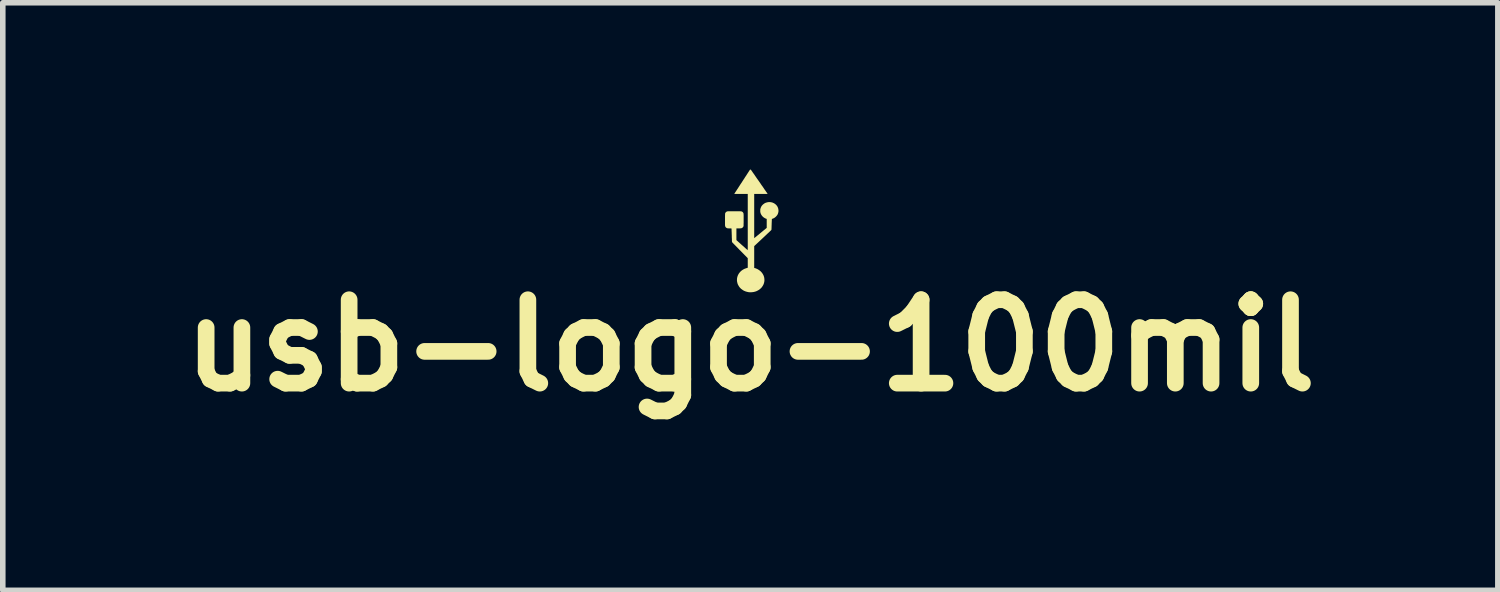
<source format=kicad_pcb>
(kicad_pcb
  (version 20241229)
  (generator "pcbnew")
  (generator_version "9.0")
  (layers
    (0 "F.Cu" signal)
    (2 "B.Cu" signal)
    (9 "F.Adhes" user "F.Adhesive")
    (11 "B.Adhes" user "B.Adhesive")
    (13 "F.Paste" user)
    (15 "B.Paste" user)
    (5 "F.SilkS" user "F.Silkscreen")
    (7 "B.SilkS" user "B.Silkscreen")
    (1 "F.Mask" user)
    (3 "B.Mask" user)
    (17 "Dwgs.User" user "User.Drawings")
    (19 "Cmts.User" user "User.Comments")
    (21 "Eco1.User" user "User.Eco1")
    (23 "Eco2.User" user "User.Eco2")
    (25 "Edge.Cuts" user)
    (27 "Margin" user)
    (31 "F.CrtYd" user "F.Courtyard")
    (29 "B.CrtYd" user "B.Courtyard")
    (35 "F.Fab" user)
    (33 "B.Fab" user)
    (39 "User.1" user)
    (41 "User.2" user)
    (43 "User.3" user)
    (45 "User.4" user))
  (footprint "usb-logo-100mil"
    (layer "F.Cu")
    (at 10.503 1.112)
    (property "Reference" "usb-logo-100mil" (at -0.06 2.05 0) (layer "F.SilkS") (effects (font (size 1.5 1.5) (thickness 0.3))))
    (attr board_only exclude_from_pos_files exclude_from_bom)
    (fp_poly (pts (xy -0.058 -1.112) (xy -0.054 -1.111) (xy -0.051 -1.11) (xy -0.05 -1.11) (xy -0.049 -1.109) (xy -0.047 -1.106) (xy -0.044 -1.101) (xy -0.039 -1.095) (xy -0.034 -1.087) (xy -0.027 -1.078) (xy -0.02 -1.067) (xy -0.012 -1.055) (xy -0.003 -1.043) (xy 0.007 -1.029) (xy 0.017 -1.015) (xy 0.027 -0.999) (xy 0.038 -0.984) (xy 0.05 -0.966) (xy 0.063 -0.947) (xy 0.077 -0.928) (xy 0.091 -0.908) (xy 0.105 -0.888) (xy 0.119 -0.868) (xy 0.132 -0.848) (xy 0.145 -0.829) (xy 0.158 -0.812) (xy 0.169 -0.795) (xy 0.18 -0.78) (xy 0.188 -0.767) (xy 0.197 -0.754) (xy 0.206 -0.741) (xy 0.215 -0.729) (xy 0.222 -0.718) (xy 0.229 -0.708) (xy 0.236 -0.699) (xy 0.241 -0.691) (xy 0.245 -0.685) (xy 0.249 -0.68) (xy 0.251 -0.677) (xy 0.252 -0.676) (xy 0.252 -0.676) (xy 0.25 -0.676) (xy 0.247 -0.676) (xy 0.241 -0.675) (xy 0.234 -0.675) (xy 0.225 -0.675) (xy 0.214 -0.675) (xy 0.201 -0.675) (xy 0.188 -0.675) (xy 0.173 -0.675) (xy 0.157 -0.675) (xy 0.141 -0.675) (xy 0.131 -0.675) (xy 0.114 -0.675) (xy 0.098 -0.675) (xy 0.083 -0.675) (xy 0.069 -0.675) (xy 0.055 -0.675) (xy 0.044 -0.675) (xy 0.033 -0.675) (xy 0.025 -0.675) (xy 0.018 -0.675) (xy 0.013 -0.675) (xy 0.011 -0.674) (xy 0.01 -0.674) (xy 0.01 -0.673) (xy 0.01 -0.67) (xy 0.01 -0.664) (xy 0.01 -0.656) (xy 0.01 -0.646) (xy 0.01 -0.634) (xy 0.01 -0.62) (xy 0.01 -0.604) (xy 0.01 -0.586) (xy 0.01 -0.567) (xy 0.01 -0.547) (xy 0.01 -0.525) (xy 0.01 -0.501) (xy 0.01 -0.477) (xy 0.01 -0.451) (xy 0.01 -0.424) (xy 0.01 -0.396) (xy 0.01 -0.367) (xy 0.01 -0.338) (xy 0.01 -0.307) (xy 0.01 -0.276) (xy 0.01 -0.276) (xy 0.01 0.121) (xy 0.052 0.087) (xy 0.063 0.078) (xy 0.075 0.068) (xy 0.088 0.058) (xy 0.101 0.047) (xy 0.114 0.036) (xy 0.126 0.026) (xy 0.134 0.019) (xy 0.144 0.011) (xy 0.155 0.002) (xy 0.166 -0.007) (xy 0.177 -0.016) (xy 0.187 -0.025) (xy 0.197 -0.032) (xy 0.205 -0.039) (xy 0.205 -0.039) (xy 0.235 -0.064) (xy 0.235 -0.145) (xy 0.235 -0.226) (xy 0.226 -0.228) (xy 0.211 -0.234) (xy 0.196 -0.242) (xy 0.181 -0.252) (xy 0.167 -0.263) (xy 0.156 -0.275) (xy 0.15 -0.281) (xy 0.141 -0.295) (xy 0.133 -0.308) (xy 0.127 -0.322) (xy 0.122 -0.337) (xy 0.122 -0.339) (xy 0.121 -0.344) (xy 0.12 -0.348) (xy 0.119 -0.352) (xy 0.119 -0.357) (xy 0.119 -0.363) (xy 0.119 -0.37) (xy 0.119 -0.374) (xy 0.119 -0.383) (xy 0.119 -0.389) (xy 0.119 -0.394) (xy 0.12 -0.399) (xy 0.12 -0.403) (xy 0.121 -0.407) (xy 0.122 -0.408) (xy 0.128 -0.427) (xy 0.136 -0.445) (xy 0.146 -0.461) (xy 0.158 -0.475) (xy 0.172 -0.488) (xy 0.188 -0.5) (xy 0.189 -0.501) (xy 0.206 -0.511) (xy 0.224 -0.518) (xy 0.242 -0.523) (xy 0.262 -0.527) (xy 0.281 -0.528) (xy 0.301 -0.527) (xy 0.32 -0.524) (xy 0.339 -0.519) (xy 0.357 -0.511) (xy 0.36 -0.51) (xy 0.377 -0.5) (xy 0.393 -0.488) (xy 0.407 -0.475) (xy 0.419 -0.46) (xy 0.427 -0.448) (xy 0.434 -0.433) (xy 0.44 -0.417) (xy 0.444 -0.4) (xy 0.446 -0.383) (xy 0.447 -0.366) (xy 0.446 -0.36) (xy 0.443 -0.341) (xy 0.438 -0.324) (xy 0.432 -0.308) (xy 0.423 -0.293) (xy 0.412 -0.279) (xy 0.403 -0.269) (xy 0.39 -0.257) (xy 0.377 -0.247) (xy 0.363 -0.239) (xy 0.349 -0.232) (xy 0.339 -0.229) (xy 0.334 -0.227) (xy 0.331 -0.226) (xy 0.329 -0.224) (xy 0.328 -0.223) (xy 0.328 -0.221) (xy 0.328 -0.22) (xy 0.328 -0.219) (xy 0.327 -0.214) (xy 0.327 -0.208) (xy 0.327 -0.2) (xy 0.326 -0.19) (xy 0.326 -0.179) (xy 0.325 -0.167) (xy 0.325 -0.154) (xy 0.324 -0.14) (xy 0.324 -0.125) (xy 0.323 -0.11) (xy 0.323 -0.096) (xy 0.322 -0.083) (xy 0.322 -0.071) (xy 0.322 -0.06) (xy 0.321 -0.05) (xy 0.321 -0.042) (xy 0.32 -0.036) (xy 0.32 -0.032) (xy 0.32 -0.03) (xy 0.32 -0.03) (xy 0.319 -0.029) (xy 0.319 -0.028) (xy 0.318 -0.026) (xy 0.316 -0.024) (xy 0.314 -0.022) (xy 0.311 -0.019) (xy 0.307 -0.015) (xy 0.303 -0.011) (xy 0.297 -0.006) (xy 0.291 0.000098) (xy 0.284 0.007) (xy 0.276 0.015) (xy 0.266 0.024) (xy 0.255 0.034) (xy 0.243 0.045) (xy 0.23 0.058) (xy 0.215 0.072) (xy 0.198 0.088) (xy 0.18 0.105) (xy 0.165 0.119) (xy 0.01 0.264) (xy 0.01 0.46) (xy 0.01 0.656) (xy 0.016 0.658) (xy 0.035 0.663) (xy 0.054 0.671) (xy 0.073 0.68) (xy 0.091 0.691) (xy 0.108 0.703) (xy 0.124 0.716) (xy 0.138 0.73) (xy 0.143 0.736) (xy 0.157 0.754) (xy 0.169 0.774) (xy 0.179 0.794) (xy 0.186 0.815) (xy 0.191 0.836) (xy 0.193 0.857) (xy 0.194 0.879) (xy 0.192 0.901) (xy 0.189 0.916) (xy 0.183 0.938) (xy 0.175 0.958) (xy 0.164 0.978) (xy 0.152 0.996) (xy 0.138 1.014) (xy 0.121 1.03) (xy 0.104 1.044) (xy 0.084 1.057) (xy 0.067 1.066) (xy 0.046 1.076) (xy 0.024 1.083) (xy 0.000283 1.089) (xy -0.023 1.092) (xy -0.047 1.094) (xy -0.069 1.094) (xy -0.081 1.093) (xy -0.091 1.092) (xy -0.1 1.09) (xy -0.111 1.088) (xy -0.12 1.086) (xy -0.144 1.079) (xy -0.167 1.07) (xy -0.188 1.059) (xy -0.208 1.045) (xy -0.227 1.031) (xy -0.237 1.021) (xy -0.253 1.004) (xy -0.266 0.985) (xy -0.277 0.966) (xy -0.287 0.946) (xy -0.293 0.924) (xy -0.298 0.902) (xy -0.3 0.889) (xy -0.3 0.868) (xy -0.299 0.846) (xy -0.295 0.825) (xy -0.289 0.804) (xy -0.281 0.784) (xy -0.27 0.764) (xy -0.265 0.756) (xy -0.256 0.744) (xy -0.247 0.733) (xy -0.236 0.721) (xy -0.234 0.719) (xy -0.218 0.705) (xy -0.2 0.692) (xy -0.181 0.681) (xy -0.161 0.671) (xy -0.138 0.663) (xy -0.117 0.656) (xy -0.106 0.653) (xy -0.106 0.567) (xy -0.106 0.481) (xy -0.137 0.449) (xy -0.143 0.443) (xy -0.151 0.435) (xy -0.16 0.426) (xy -0.17 0.416) (xy -0.18 0.405) (xy -0.192 0.394) (xy -0.203 0.382) (xy -0.215 0.37) (xy -0.227 0.358) (xy -0.235 0.349) (xy -0.247 0.338) (xy -0.259 0.326) (xy -0.27 0.314) (xy -0.282 0.302) (xy -0.293 0.29) (xy -0.304 0.279) (xy -0.314 0.269) (xy -0.322 0.26) (xy -0.33 0.253) (xy -0.334 0.249) (xy -0.345 0.237) (xy -0.355 0.228) (xy -0.362 0.22) (xy -0.369 0.213) (xy -0.374 0.207) (xy -0.379 0.203) (xy -0.382 0.199) (xy -0.385 0.196) (xy -0.386 0.194) (xy -0.388 0.192) (xy -0.389 0.191) (xy -0.389 0.19) (xy -0.389 0.188) (xy -0.389 0.187) (xy -0.389 0.187) (xy -0.39 0.184) (xy -0.39 0.179) (xy -0.39 0.173) (xy -0.391 0.166) (xy -0.391 0.161) (xy -0.391 0.139) (xy -0.392 0.12) (xy -0.393 0.103) (xy -0.393 0.087) (xy -0.393 0.074) (xy -0.394 0.062) (xy -0.394 0.052) (xy -0.394 0.043) (xy -0.395 0.036) (xy -0.395 0.03) (xy -0.395 0.025) (xy -0.395 0.02) (xy -0.395 0.017) (xy -0.395 0.014) (xy -0.396 0.012) (xy -0.396 0.006) (xy -0.396 -0.001) (xy -0.396 -0.01) (xy -0.397 -0.019) (xy -0.397 -0.027) (xy -0.397 -0.027) (xy -0.397 -0.035) (xy -0.397 -0.042) (xy -0.398 -0.047) (xy -0.398 -0.051) (xy -0.398 -0.053) (xy -0.398 -0.054) (xy -0.399 -0.054) (xy -0.403 -0.054) (xy -0.408 -0.054) (xy -0.415 -0.055) (xy -0.423 -0.055) (xy -0.431 -0.055) (xy -0.434 -0.055) (xy -0.444 -0.055) (xy -0.452 -0.055) (xy -0.459 -0.056) (xy -0.464 -0.056) (xy -0.468 -0.056) (xy -0.471 -0.057) (xy -0.474 -0.058) (xy -0.476 -0.058) (xy -0.487 -0.063) (xy -0.496 -0.069) (xy -0.504 -0.077) (xy -0.509 -0.087) (xy -0.511 -0.091) (xy -0.512 -0.094) (xy -0.513 -0.098) (xy -0.514 -0.102) (xy -0.514 -0.109) (xy -0.514 -0.112) (xy -0.515 -0.116) (xy -0.515 -0.122) (xy -0.515 -0.13) (xy -0.515 -0.14) (xy -0.515 -0.151) (xy -0.515 -0.164) (xy -0.515 -0.178) (xy -0.515 -0.192) (xy -0.515 -0.208) (xy -0.515 -0.223) (xy -0.515 -0.241) (xy -0.515 -0.257) (xy -0.515 -0.27) (xy -0.515 -0.282) (xy -0.514 -0.292) (xy -0.514 -0.301) (xy -0.514 -0.308) (xy -0.514 -0.313) (xy -0.513 -0.318) (xy -0.513 -0.322) (xy -0.512 -0.325) (xy -0.512 -0.328) (xy -0.511 -0.33) (xy -0.51 -0.332) (xy -0.509 -0.334) (xy -0.508 -0.336) (xy -0.507 -0.336) (xy -0.502 -0.343) (xy -0.495 -0.35) (xy -0.488 -0.355) (xy -0.484 -0.357) (xy -0.48 -0.359) (xy -0.475 -0.361) (xy -0.469 -0.362) (xy -0.465 -0.362) (xy -0.461 -0.362) (xy -0.456 -0.363) (xy -0.448 -0.363) (xy -0.439 -0.363) (xy -0.428 -0.363) (xy -0.416 -0.363) (xy -0.403 -0.363) (xy -0.389 -0.363) (xy -0.374 -0.363) (xy -0.359 -0.363) (xy -0.344 -0.363) (xy -0.329 -0.363) (xy -0.314 -0.363) (xy -0.299 -0.363) (xy -0.286 -0.363) (xy -0.273 -0.363) (xy -0.262 -0.363) (xy -0.251 -0.363) (xy -0.243 -0.363) (xy -0.236 -0.362) (xy -0.232 -0.362) (xy -0.23 -0.362) (xy -0.224 -0.361) (xy -0.219 -0.36) (xy -0.214 -0.359) (xy -0.211 -0.357) (xy -0.202 -0.352) (xy -0.194 -0.345) (xy -0.188 -0.337) (xy -0.186 -0.332) (xy -0.185 -0.33) (xy -0.184 -0.328) (xy -0.183 -0.325) (xy -0.182 -0.321) (xy -0.182 -0.317) (xy -0.181 -0.313) (xy -0.181 -0.307) (xy -0.181 -0.3) (xy -0.18 -0.292) (xy -0.18 -0.282) (xy -0.18 -0.271) (xy -0.18 -0.259) (xy -0.18 -0.244) (xy -0.18 -0.227) (xy -0.18 -0.208) (xy -0.18 -0.197) (xy -0.18 -0.179) (xy -0.18 -0.164) (xy -0.18 -0.15) (xy -0.181 -0.139) (xy -0.181 -0.129) (xy -0.181 -0.121) (xy -0.181 -0.114) (xy -0.181 -0.109) (xy -0.181 -0.105) (xy -0.181 -0.101) (xy -0.182 -0.099) (xy -0.182 -0.097) (xy -0.182 -0.095) (xy -0.183 -0.094) (xy -0.183 -0.094) (xy -0.187 -0.083) (xy -0.194 -0.074) (xy -0.202 -0.067) (xy -0.212 -0.061) (xy -0.22 -0.058) (xy -0.222 -0.057) (xy -0.225 -0.057) (xy -0.229 -0.056) (xy -0.234 -0.056) (xy -0.24 -0.056) (xy -0.248 -0.055) (xy -0.257 -0.055) (xy -0.268 -0.055) (xy -0.31 -0.054) (xy -0.31 0.051) (xy -0.31 0.156) (xy -0.21 0.246) (xy -0.196 0.258) (xy -0.183 0.269) (xy -0.171 0.28) (xy -0.16 0.29) (xy -0.149 0.3) (xy -0.139 0.309) (xy -0.131 0.316) (xy -0.123 0.323) (xy -0.117 0.328) (xy -0.112 0.332) (xy -0.109 0.335) (xy -0.108 0.336) (xy -0.108 0.336) (xy -0.107 0.336) (xy -0.107 0.336) (xy -0.107 0.334) (xy -0.107 0.333) (xy -0.107 0.331) (xy -0.107 0.328) (xy -0.107 0.324) (xy -0.107 0.319) (xy -0.106 0.314) (xy -0.106 0.308) (xy -0.106 0.3) (xy -0.106 0.292) (xy -0.106 0.282) (xy -0.106 0.271) (xy -0.106 0.259) (xy -0.106 0.245) (xy -0.106 0.23) (xy -0.106 0.214) (xy -0.106 0.196) (xy -0.106 0.176) (xy -0.106 0.155) (xy -0.106 0.131) (xy -0.106 0.107) (xy -0.106 0.08) (xy -0.106 0.051) (xy -0.106 0.02) (xy -0.106 -0.013) (xy -0.106 -0.048) (xy -0.106 -0.085) (xy -0.106 -0.125) (xy -0.106 -0.167) (xy -0.106 -0.169) (xy -0.106 -0.674) (xy -0.133 -0.675) (xy -0.138 -0.675) (xy -0.146 -0.675) (xy -0.156 -0.675) (xy -0.167 -0.675) (xy -0.18 -0.675) (xy -0.194 -0.675) (xy -0.209 -0.675) (xy -0.224 -0.675) (xy -0.24 -0.675) (xy -0.254 -0.675) (xy -0.269 -0.675) (xy -0.283 -0.675) (xy -0.297 -0.675) (xy -0.309 -0.675) (xy -0.32 -0.675) (xy -0.329 -0.675) (xy -0.337 -0.675) (xy -0.343 -0.675) (xy -0.347 -0.675) (xy -0.349 -0.675) (xy -0.349 -0.675) (xy -0.348 -0.676) (xy -0.346 -0.679) (xy -0.343 -0.684) (xy -0.339 -0.69) (xy -0.334 -0.698) (xy -0.328 -0.708) (xy -0.321 -0.718) (xy -0.313 -0.73) (xy -0.305 -0.743) (xy -0.296 -0.757) (xy -0.286 -0.771) (xy -0.276 -0.787) (xy -0.268 -0.8) (xy -0.256 -0.818) (xy -0.244 -0.837) (xy -0.231 -0.857) (xy -0.217 -0.877) (xy -0.204 -0.898) (xy -0.191 -0.918) (xy -0.178 -0.938) (xy -0.165 -0.957) (xy -0.154 -0.976) (xy -0.142 -0.993) (xy -0.132 -1.008) (xy -0.126 -1.018) (xy -0.065 -1.112)) (stroke (width 0) (type solid)) (fill yes) (layer "F.SilkS")))
  (gr_rect
    (start -3 -3)
    (end 23.886 7.566)
    (stroke (width 0.1) (type default))
    (fill no)
    (layer "Edge.Cuts")))
</source>
